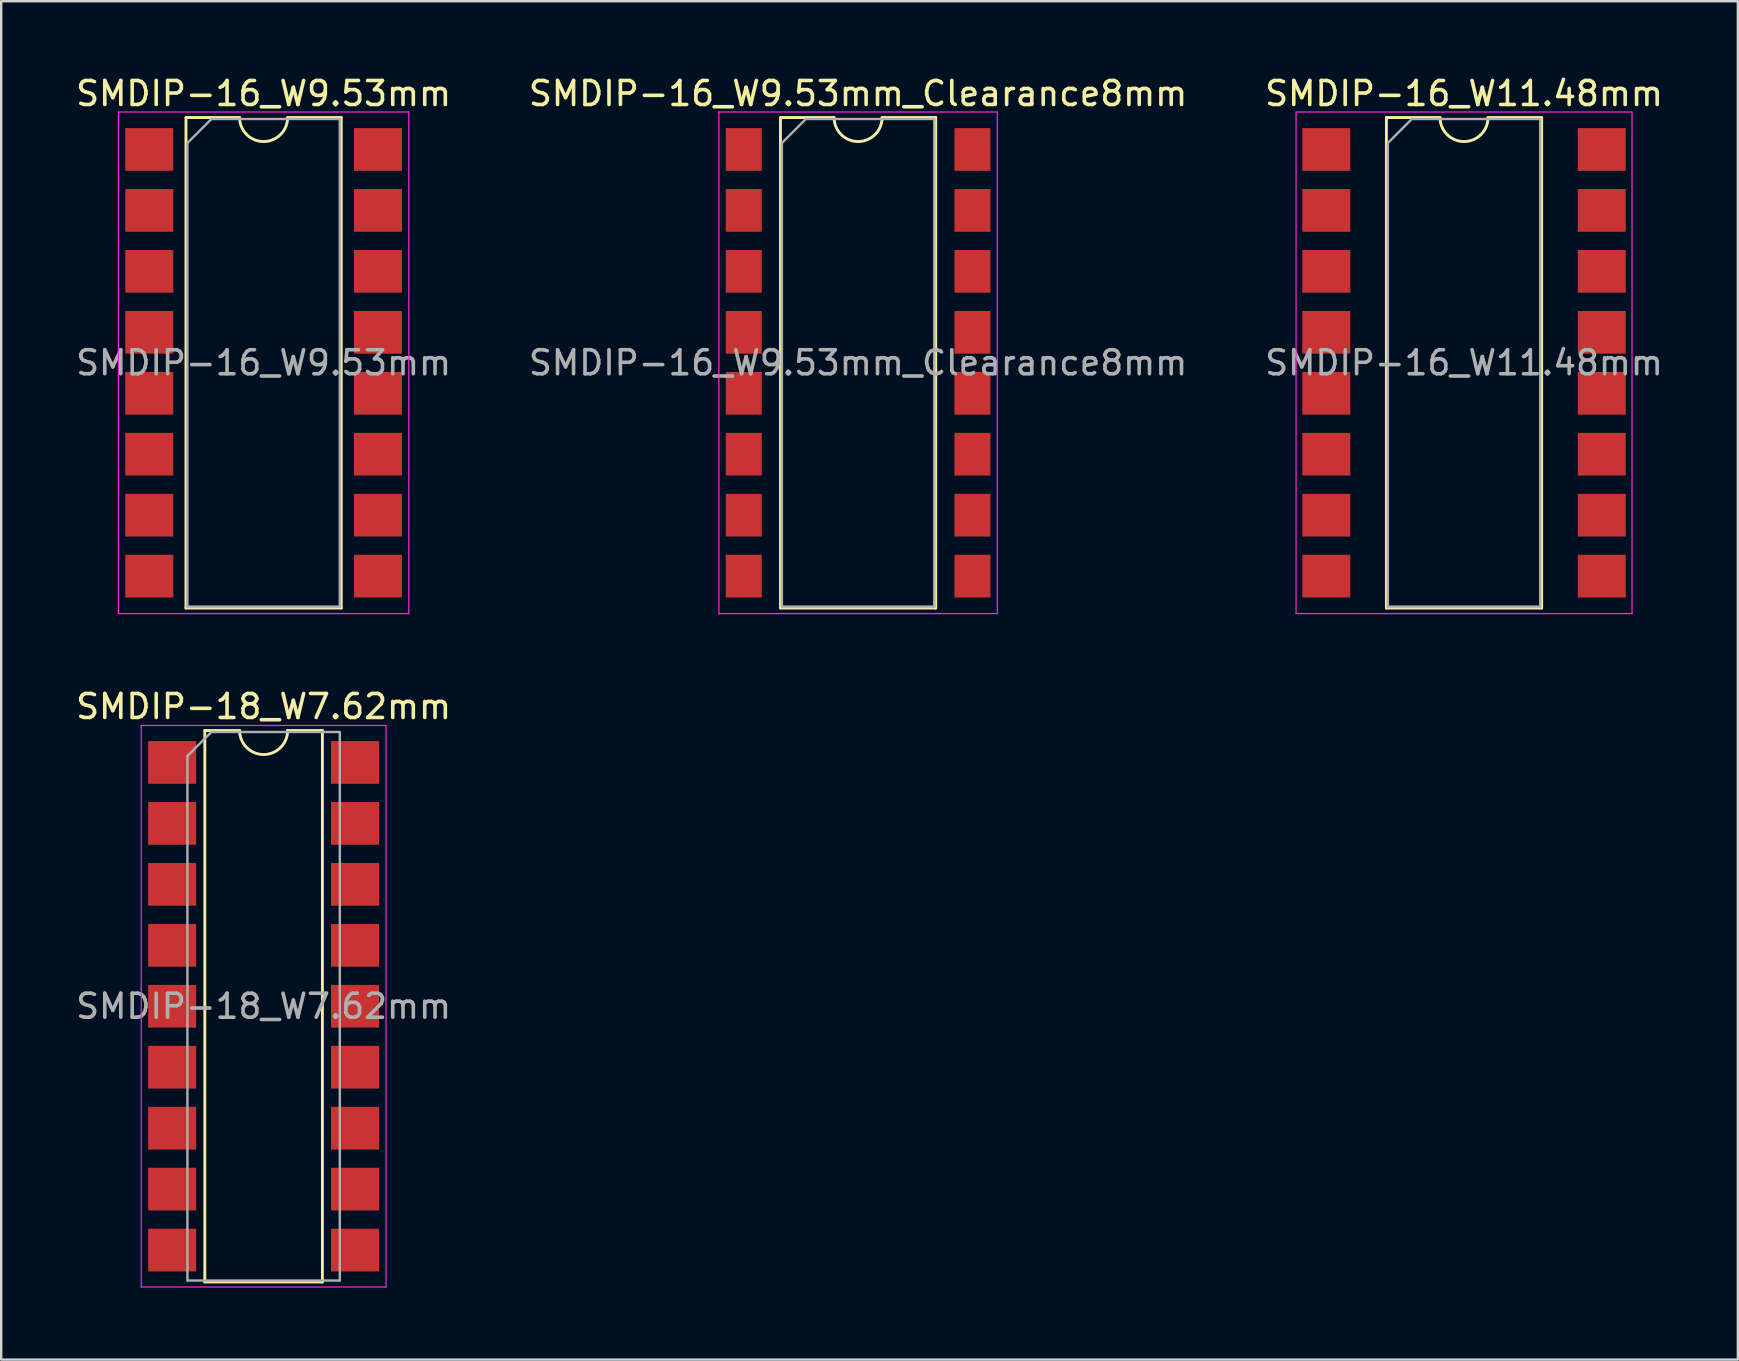
<source format=kicad_pcb>
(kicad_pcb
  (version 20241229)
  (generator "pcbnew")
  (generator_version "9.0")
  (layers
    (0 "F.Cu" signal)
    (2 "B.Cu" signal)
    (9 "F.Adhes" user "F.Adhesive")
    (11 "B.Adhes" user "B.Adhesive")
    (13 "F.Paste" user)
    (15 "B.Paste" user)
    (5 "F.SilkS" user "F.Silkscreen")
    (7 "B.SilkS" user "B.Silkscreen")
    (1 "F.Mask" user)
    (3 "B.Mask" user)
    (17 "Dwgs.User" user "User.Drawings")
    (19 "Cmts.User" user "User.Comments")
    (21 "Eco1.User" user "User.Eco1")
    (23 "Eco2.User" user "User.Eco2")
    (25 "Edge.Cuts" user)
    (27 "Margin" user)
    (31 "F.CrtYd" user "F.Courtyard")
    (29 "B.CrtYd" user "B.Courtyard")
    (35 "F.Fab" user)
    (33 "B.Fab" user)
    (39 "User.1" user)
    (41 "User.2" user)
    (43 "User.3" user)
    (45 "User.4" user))
  (footprint "SMDIP-16_W9.53mm"
    (layer "F.Cu")
    (at 7.935 12.068)
    (property "Reference" "SMDIP-16_W9.53mm" (at 0 -11.22 0) (layer "F.SilkS") (effects (font (size 1 1) (thickness 0.15))))
    (attr smd)
    (fp_line (start -3.235 -10.22) (end -3.235 10.22) (stroke (width 0.12) (type solid)) (layer "F.SilkS"))
    (fp_line (start -3.235 10.22) (end 3.235 10.22) (stroke (width 0.12) (type solid)) (layer "F.SilkS"))
    (fp_line (start -1 -10.22) (end -3.235 -10.22) (stroke (width 0.12) (type solid)) (layer "F.SilkS"))
    (fp_line (start 3.235 -10.22) (end 1 -10.22) (stroke (width 0.12) (type solid)) (layer "F.SilkS"))
    (fp_line (start 3.235 10.22) (end 3.235 -10.22) (stroke (width 0.12) (type solid)) (layer "F.SilkS"))
    (fp_arc (start 1 -10.22) (mid 0 -9.22) (end -1 -10.22) (stroke (width 0.12) (type solid)) (layer "F.SilkS"))
    (fp_line (start -6.05 -10.45) (end -6.05 10.45) (stroke (width 0.05) (type solid)) (layer "F.CrtYd"))
    (fp_line (start -6.05 10.45) (end 6.05 10.45) (stroke (width 0.05) (type solid)) (layer "F.CrtYd"))
    (fp_line (start 6.05 -10.45) (end -6.05 -10.45) (stroke (width 0.05) (type solid)) (layer "F.CrtYd"))
    (fp_line (start 6.05 10.45) (end 6.05 -10.45) (stroke (width 0.05) (type solid)) (layer "F.CrtYd"))
    (fp_line (start -3.175 -9.16) (end -2.175 -10.16) (stroke (width 0.1) (type solid)) (layer "F.Fab"))
    (fp_line (start -3.175 10.16) (end -3.175 -9.16) (stroke (width 0.1) (type solid)) (layer "F.Fab"))
    (fp_line (start -2.175 -10.16) (end 3.175 -10.16) (stroke (width 0.1) (type solid)) (layer "F.Fab"))
    (fp_line (start 3.175 -10.16) (end 3.175 10.16) (stroke (width 0.1) (type solid)) (layer "F.Fab"))
    (fp_line (start 3.175 10.16) (end -3.175 10.16) (stroke (width 0.1) (type solid)) (layer "F.Fab"))
    (fp_text user "${REFERENCE}" (at 0 0 0) (layer "F.Fab") (effects (font (size 1 1) (thickness 0.15))))
    (pad "1" smd rect (at -4.765 -8.89) (size 2 1.78) (layers "F.Cu" "F.Mask" "F.Paste"))
    (pad "2" smd rect (at -4.765 -6.35) (size 2 1.78) (layers "F.Cu" "F.Mask" "F.Paste"))
    (pad "3" smd rect (at -4.765 -3.81) (size 2 1.78) (layers "F.Cu" "F.Mask" "F.Paste"))
    (pad "4" smd rect (at -4.765 -1.27) (size 2 1.78) (layers "F.Cu" "F.Mask" "F.Paste"))
    (pad "5" smd rect (at -4.765 1.27) (size 2 1.78) (layers "F.Cu" "F.Mask" "F.Paste"))
    (pad "6" smd rect (at -4.765 3.81) (size 2 1.78) (layers "F.Cu" "F.Mask" "F.Paste"))
    (pad "7" smd rect (at -4.765 6.35) (size 2 1.78) (layers "F.Cu" "F.Mask" "F.Paste"))
    (pad "8" smd rect (at -4.765 8.89) (size 2 1.78) (layers "F.Cu" "F.Mask" "F.Paste"))
    (pad "9" smd rect (at 4.765 8.89) (size 2 1.78) (layers "F.Cu" "F.Mask" "F.Paste"))
    (pad "10" smd rect (at 4.765 6.35) (size 2 1.78) (layers "F.Cu" "F.Mask" "F.Paste"))
    (pad "11" smd rect (at 4.765 3.81) (size 2 1.78) (layers "F.Cu" "F.Mask" "F.Paste"))
    (pad "12" smd rect (at 4.765 1.27) (size 2 1.78) (layers "F.Cu" "F.Mask" "F.Paste"))
    (pad "13" smd rect (at 4.765 -1.27) (size 2 1.78) (layers "F.Cu" "F.Mask" "F.Paste"))
    (pad "14" smd rect (at 4.765 -3.81) (size 2 1.78) (layers "F.Cu" "F.Mask" "F.Paste"))
    (pad "15" smd rect (at 4.765 -6.35) (size 2 1.78) (layers "F.Cu" "F.Mask" "F.Paste"))
    (pad "16" smd rect (at 4.765 -8.89) (size 2 1.78) (layers "F.Cu" "F.Mask" "F.Paste")))
  (footprint "SMDIP-16_W9.53mm_Clearance8mm"
    (layer "F.Cu")
    (at 32.708 12.068)
    (property "Reference" "SMDIP-16_W9.53mm_Clearance8mm" (at 0 -11.22 0) (layer "F.SilkS") (effects (font (size 1 1) (thickness 0.15))))
    (attr smd)
    (fp_line (start -3.235 -10.22) (end -3.235 10.22) (stroke (width 0.12) (type solid)) (layer "F.SilkS"))
    (fp_line (start -3.235 10.22) (end 3.235 10.22) (stroke (width 0.12) (type solid)) (layer "F.SilkS"))
    (fp_line (start -1 -10.22) (end -3.235 -10.22) (stroke (width 0.12) (type solid)) (layer "F.SilkS"))
    (fp_line (start 3.235 -10.22) (end 1 -10.22) (stroke (width 0.12) (type solid)) (layer "F.SilkS"))
    (fp_line (start 3.235 10.22) (end 3.235 -10.22) (stroke (width 0.12) (type solid)) (layer "F.SilkS"))
    (fp_arc (start 1 -10.22) (mid 0 -9.22) (end -1 -10.22) (stroke (width 0.12) (type solid)) (layer "F.SilkS"))
    (fp_line (start -5.8 -10.45) (end -5.8 10.45) (stroke (width 0.05) (type solid)) (layer "F.CrtYd"))
    (fp_line (start -5.8 10.45) (end 5.8 10.45) (stroke (width 0.05) (type solid)) (layer "F.CrtYd"))
    (fp_line (start 5.8 -10.45) (end -5.8 -10.45) (stroke (width 0.05) (type solid)) (layer "F.CrtYd"))
    (fp_line (start 5.8 10.45) (end 5.8 -10.45) (stroke (width 0.05) (type solid)) (layer "F.CrtYd"))
    (fp_line (start -3.175 -9.16) (end -2.175 -10.16) (stroke (width 0.1) (type solid)) (layer "F.Fab"))
    (fp_line (start -3.175 10.16) (end -3.175 -9.16) (stroke (width 0.1) (type solid)) (layer "F.Fab"))
    (fp_line (start -2.175 -10.16) (end 3.175 -10.16) (stroke (width 0.1) (type solid)) (layer "F.Fab"))
    (fp_line (start 3.175 -10.16) (end 3.175 10.16) (stroke (width 0.1) (type solid)) (layer "F.Fab"))
    (fp_line (start 3.175 10.16) (end -3.175 10.16) (stroke (width 0.1) (type solid)) (layer "F.Fab"))
    (fp_text user "${REFERENCE}" (at 0 0 0) (layer "F.Fab") (effects (font (size 1 1) (thickness 0.15))))
    (pad "1" smd rect (at -4.765 -8.89) (size 1.5 1.78) (layers "F.Cu" "F.Mask" "F.Paste"))
    (pad "2" smd rect (at -4.765 -6.35) (size 1.5 1.78) (layers "F.Cu" "F.Mask" "F.Paste"))
    (pad "3" smd rect (at -4.765 -3.81) (size 1.5 1.78) (layers "F.Cu" "F.Mask" "F.Paste"))
    (pad "4" smd rect (at -4.765 -1.27) (size 1.5 1.78) (layers "F.Cu" "F.Mask" "F.Paste"))
    (pad "5" smd rect (at -4.765 1.27) (size 1.5 1.78) (layers "F.Cu" "F.Mask" "F.Paste"))
    (pad "6" smd rect (at -4.765 3.81) (size 1.5 1.78) (layers "F.Cu" "F.Mask" "F.Paste"))
    (pad "7" smd rect (at -4.765 6.35) (size 1.5 1.78) (layers "F.Cu" "F.Mask" "F.Paste"))
    (pad "8" smd rect (at -4.765 8.89) (size 1.5 1.78) (layers "F.Cu" "F.Mask" "F.Paste"))
    (pad "9" smd rect (at 4.765 8.89) (size 1.5 1.78) (layers "F.Cu" "F.Mask" "F.Paste"))
    (pad "10" smd rect (at 4.765 6.35) (size 1.5 1.78) (layers "F.Cu" "F.Mask" "F.Paste"))
    (pad "11" smd rect (at 4.765 3.81) (size 1.5 1.78) (layers "F.Cu" "F.Mask" "F.Paste"))
    (pad "12" smd rect (at 4.765 1.27) (size 1.5 1.78) (layers "F.Cu" "F.Mask" "F.Paste"))
    (pad "13" smd rect (at 4.765 -1.27) (size 1.5 1.78) (layers "F.Cu" "F.Mask" "F.Paste"))
    (pad "14" smd rect (at 4.765 -3.81) (size 1.5 1.78) (layers "F.Cu" "F.Mask" "F.Paste"))
    (pad "15" smd rect (at 4.765 -6.35) (size 1.5 1.78) (layers "F.Cu" "F.Mask" "F.Paste"))
    (pad "16" smd rect (at 4.765 -8.89) (size 1.5 1.78) (layers "F.Cu" "F.Mask" "F.Paste")))
  (footprint "SMDIP-16_W11.48mm"
    (layer "F.Cu")
    (at 57.958 12.068)
    (property "Reference" "SMDIP-16_W11.48mm" (at 0 -11.22 0) (layer "F.SilkS") (effects (font (size 1 1) (thickness 0.15))))
    (attr smd)
    (fp_line (start -3.235 -10.22) (end -3.235 10.22) (stroke (width 0.12) (type solid)) (layer "F.SilkS"))
    (fp_line (start -3.235 10.22) (end 3.235 10.22) (stroke (width 0.12) (type solid)) (layer "F.SilkS"))
    (fp_line (start -1 -10.22) (end -3.235 -10.22) (stroke (width 0.12) (type solid)) (layer "F.SilkS"))
    (fp_line (start 3.235 -10.22) (end 1 -10.22) (stroke (width 0.12) (type solid)) (layer "F.SilkS"))
    (fp_line (start 3.235 10.22) (end 3.235 -10.22) (stroke (width 0.12) (type solid)) (layer "F.SilkS"))
    (fp_arc (start 1 -10.22) (mid 0 -9.22) (end -1 -10.22) (stroke (width 0.12) (type solid)) (layer "F.SilkS"))
    (fp_line (start -7 -10.45) (end -7 10.45) (stroke (width 0.05) (type solid)) (layer "F.CrtYd"))
    (fp_line (start -7 10.45) (end 7 10.45) (stroke (width 0.05) (type solid)) (layer "F.CrtYd"))
    (fp_line (start 7 -10.45) (end -7 -10.45) (stroke (width 0.05) (type solid)) (layer "F.CrtYd"))
    (fp_line (start 7 10.45) (end 7 -10.45) (stroke (width 0.05) (type solid)) (layer "F.CrtYd"))
    (fp_line (start -3.175 -9.16) (end -2.175 -10.16) (stroke (width 0.1) (type solid)) (layer "F.Fab"))
    (fp_line (start -3.175 10.16) (end -3.175 -9.16) (stroke (width 0.1) (type solid)) (layer "F.Fab"))
    (fp_line (start -2.175 -10.16) (end 3.175 -10.16) (stroke (width 0.1) (type solid)) (layer "F.Fab"))
    (fp_line (start 3.175 -10.16) (end 3.175 10.16) (stroke (width 0.1) (type solid)) (layer "F.Fab"))
    (fp_line (start 3.175 10.16) (end -3.175 10.16) (stroke (width 0.1) (type solid)) (layer "F.Fab"))
    (fp_text user "${REFERENCE}" (at 0 0 0) (layer "F.Fab") (effects (font (size 1 1) (thickness 0.15))))
    (pad "1" smd rect (at -5.74 -8.89) (size 2 1.78) (layers "F.Cu" "F.Mask" "F.Paste"))
    (pad "2" smd rect (at -5.74 -6.35) (size 2 1.78) (layers "F.Cu" "F.Mask" "F.Paste"))
    (pad "3" smd rect (at -5.74 -3.81) (size 2 1.78) (layers "F.Cu" "F.Mask" "F.Paste"))
    (pad "4" smd rect (at -5.74 -1.27) (size 2 1.78) (layers "F.Cu" "F.Mask" "F.Paste"))
    (pad "5" smd rect (at -5.74 1.27) (size 2 1.78) (layers "F.Cu" "F.Mask" "F.Paste"))
    (pad "6" smd rect (at -5.74 3.81) (size 2 1.78) (layers "F.Cu" "F.Mask" "F.Paste"))
    (pad "7" smd rect (at -5.74 6.35) (size 2 1.78) (layers "F.Cu" "F.Mask" "F.Paste"))
    (pad "8" smd rect (at -5.74 8.89) (size 2 1.78) (layers "F.Cu" "F.Mask" "F.Paste"))
    (pad "9" smd rect (at 5.74 8.89) (size 2 1.78) (layers "F.Cu" "F.Mask" "F.Paste"))
    (pad "10" smd rect (at 5.74 6.35) (size 2 1.78) (layers "F.Cu" "F.Mask" "F.Paste"))
    (pad "11" smd rect (at 5.74 3.81) (size 2 1.78) (layers "F.Cu" "F.Mask" "F.Paste"))
    (pad "12" smd rect (at 5.74 1.27) (size 2 1.78) (layers "F.Cu" "F.Mask" "F.Paste"))
    (pad "13" smd rect (at 5.74 -1.27) (size 2 1.78) (layers "F.Cu" "F.Mask" "F.Paste"))
    (pad "14" smd rect (at 5.74 -3.81) (size 2 1.78) (layers "F.Cu" "F.Mask" "F.Paste"))
    (pad "15" smd rect (at 5.74 -6.35) (size 2 1.78) (layers "F.Cu" "F.Mask" "F.Paste"))
    (pad "16" smd rect (at 5.74 -8.89) (size 2 1.78) (layers "F.Cu" "F.Mask" "F.Paste")))
  (footprint "SMDIP-18_W7.62mm"
    (layer "F.Cu")
    (at 7.935 38.882)
    (property "Reference" "SMDIP-18_W7.62mm" (at 0 -12.49 0) (layer "F.SilkS") (effects (font (size 1 1) (thickness 0.15))))
    (attr smd)
    (fp_line (start -2.45 -11.49) (end -2.45 11.49) (stroke (width 0.12) (type solid)) (layer "F.SilkS"))
    (fp_line (start -2.45 11.49) (end 2.45 11.49) (stroke (width 0.12) (type solid)) (layer "F.SilkS"))
    (fp_line (start -1 -11.49) (end -2.45 -11.49) (stroke (width 0.12) (type solid)) (layer "F.SilkS"))
    (fp_line (start 2.45 -11.49) (end 1 -11.49) (stroke (width 0.12) (type solid)) (layer "F.SilkS"))
    (fp_line (start 2.45 11.49) (end 2.45 -11.49) (stroke (width 0.12) (type solid)) (layer "F.SilkS"))
    (fp_arc (start 1 -11.49) (mid 0 -10.49) (end -1 -11.49) (stroke (width 0.12) (type solid)) (layer "F.SilkS"))
    (fp_line (start -5.1 -11.7) (end -5.1 11.7) (stroke (width 0.05) (type solid)) (layer "F.CrtYd"))
    (fp_line (start -5.1 11.7) (end 5.1 11.7) (stroke (width 0.05) (type solid)) (layer "F.CrtYd"))
    (fp_line (start 5.1 -11.7) (end -5.1 -11.7) (stroke (width 0.05) (type solid)) (layer "F.CrtYd"))
    (fp_line (start 5.1 11.7) (end 5.1 -11.7) (stroke (width 0.05) (type solid)) (layer "F.CrtYd"))
    (fp_line (start -3.175 -10.43) (end -2.175 -11.43) (stroke (width 0.1) (type solid)) (layer "F.Fab"))
    (fp_line (start -3.175 11.43) (end -3.175 -10.43) (stroke (width 0.1) (type solid)) (layer "F.Fab"))
    (fp_line (start -2.175 -11.43) (end 3.175 -11.43) (stroke (width 0.1) (type solid)) (layer "F.Fab"))
    (fp_line (start 3.175 -11.43) (end 3.175 11.43) (stroke (width 0.1) (type solid)) (layer "F.Fab"))
    (fp_line (start 3.175 11.43) (end -3.175 11.43) (stroke (width 0.1) (type solid)) (layer "F.Fab"))
    (fp_text user "${REFERENCE}" (at 0 0 0) (layer "F.Fab") (effects (font (size 1 1) (thickness 0.15))))
    (pad "1" smd rect (at -3.81 -10.16) (size 2 1.78) (layers "F.Cu" "F.Mask" "F.Paste"))
    (pad "2" smd rect (at -3.81 -7.62) (size 2 1.78) (layers "F.Cu" "F.Mask" "F.Paste"))
    (pad "3" smd rect (at -3.81 -5.08) (size 2 1.78) (layers "F.Cu" "F.Mask" "F.Paste"))
    (pad "4" smd rect (at -3.81 -2.54) (size 2 1.78) (layers "F.Cu" "F.Mask" "F.Paste"))
    (pad "5" smd rect (at -3.81 0) (size 2 1.78) (layers "F.Cu" "F.Mask" "F.Paste"))
    (pad "6" smd rect (at -3.81 2.54) (size 2 1.78) (layers "F.Cu" "F.Mask" "F.Paste"))
    (pad "7" smd rect (at -3.81 5.08) (size 2 1.78) (layers "F.Cu" "F.Mask" "F.Paste"))
    (pad "8" smd rect (at -3.81 7.62) (size 2 1.78) (layers "F.Cu" "F.Mask" "F.Paste"))
    (pad "9" smd rect (at -3.81 10.16) (size 2 1.78) (layers "F.Cu" "F.Mask" "F.Paste"))
    (pad "10" smd rect (at 3.81 10.16) (size 2 1.78) (layers "F.Cu" "F.Mask" "F.Paste"))
    (pad "11" smd rect (at 3.81 7.62) (size 2 1.78) (layers "F.Cu" "F.Mask" "F.Paste"))
    (pad "12" smd rect (at 3.81 5.08) (size 2 1.78) (layers "F.Cu" "F.Mask" "F.Paste"))
    (pad "13" smd rect (at 3.81 2.54) (size 2 1.78) (layers "F.Cu" "F.Mask" "F.Paste"))
    (pad "14" smd rect (at 3.81 0) (size 2 1.78) (layers "F.Cu" "F.Mask" "F.Paste"))
    (pad "15" smd rect (at 3.81 -2.54) (size 2 1.78) (layers "F.Cu" "F.Mask" "F.Paste"))
    (pad "16" smd rect (at 3.81 -5.08) (size 2 1.78) (layers "F.Cu" "F.Mask" "F.Paste"))
    (pad "17" smd rect (at 3.81 -7.62) (size 2 1.78) (layers "F.Cu" "F.Mask" "F.Paste"))
    (pad "18" smd rect (at 3.81 -10.16) (size 2 1.78) (layers "F.Cu" "F.Mask" "F.Paste")))
  (gr_rect
    (start -3 -3)
    (end 69.369 53.606)
    (stroke (width 0.1) (type default))
    (fill no)
    (layer "Edge.Cuts")))
</source>
